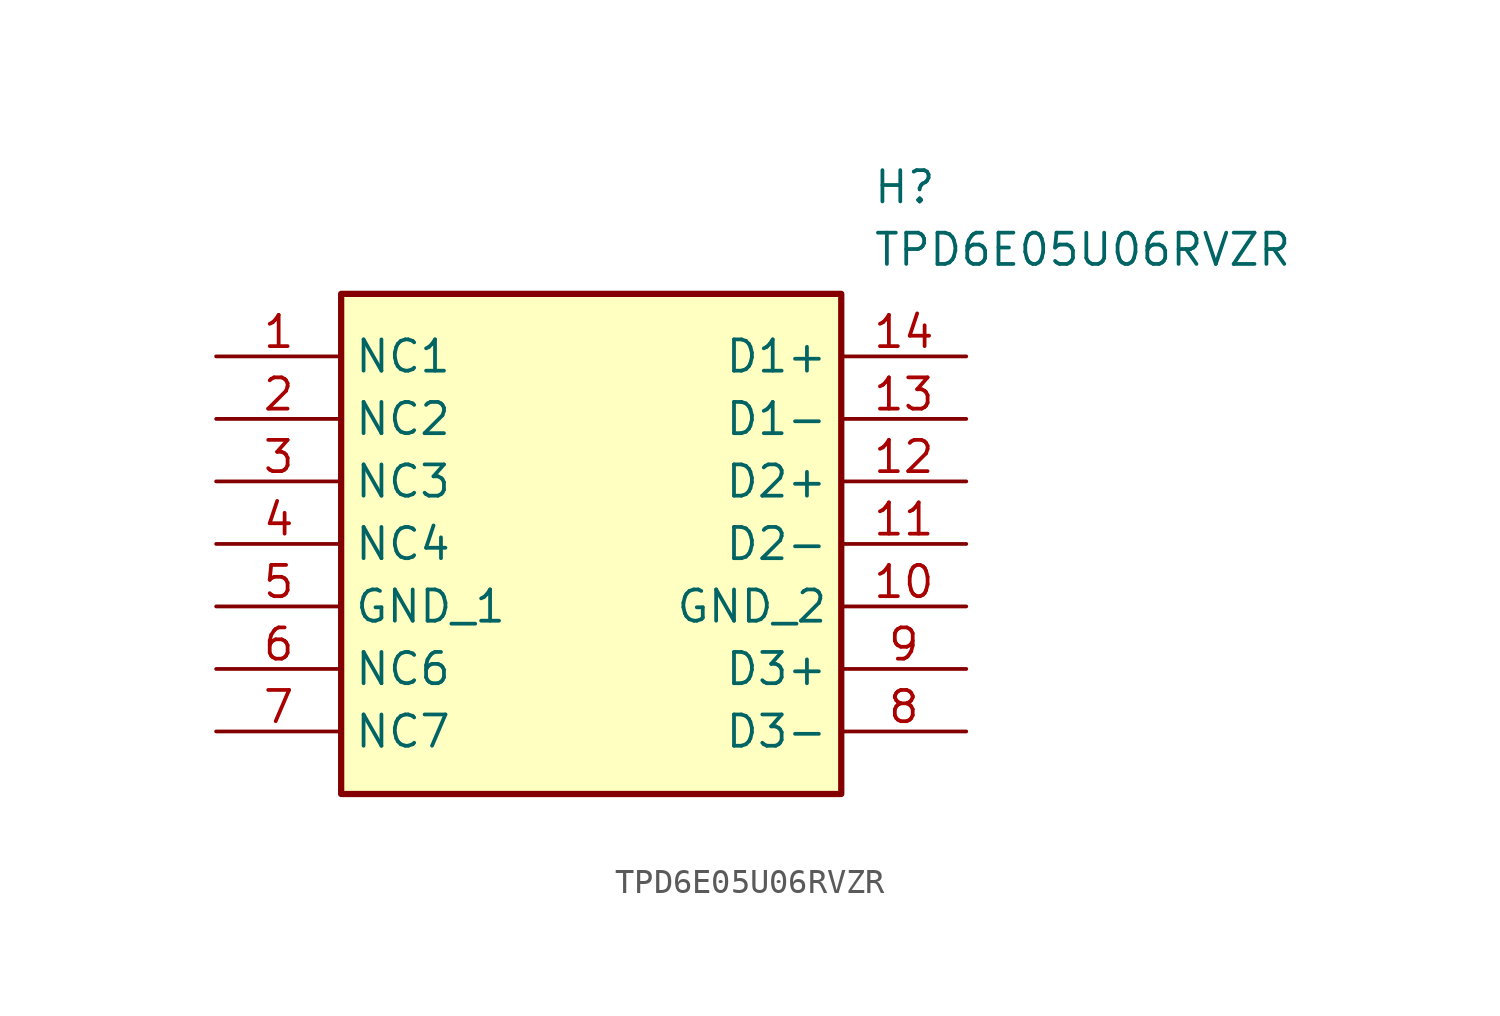
<source format=kicad_sym>
(kicad_symbol_lib
  (version 20211014)
  (generator SamacSys_ECAD_Model)
  (symbol "TPD6E05U06RVZR"
    (property "Reference" "H"
      (at 26.67 7.62 0)
      (effects (font (size 1.27 1.27)) (justify left top)))
    (property "Value" "TPD6E05U06RVZR"
      (at 26.67 5.08 0)
      (effects (font (size 1.27 1.27)) (justify left top)))
    (rectangle
      (start 5.08 2.54)
      (end 25.4 -17.78)
      (stroke (width 0.254) (type default))
      (fill (type background)))
    (pin passive line
      (at 0 0 0)
      (length 5.08)
      (name "NC1" (effects (font (size 1.27 1.27))))
      (number "1" (effects (font (size 1.27 1.27)))))
    (pin passive line
      (at 0 -2.54 0)
      (length 5.08)
      (name "NC2" (effects (font (size 1.27 1.27))))
      (number "2" (effects (font (size 1.27 1.27)))))
    (pin passive line
      (at 0 -5.08 0)
      (length 5.08)
      (name "NC3" (effects (font (size 1.27 1.27))))
      (number "3" (effects (font (size 1.27 1.27)))))
    (pin passive line
      (at 0 -7.62 0)
      (length 5.08)
      (name "NC4" (effects (font (size 1.27 1.27))))
      (number "4" (effects (font (size 1.27 1.27)))))
    (pin power_in line
      (at 0 -10.16 0)
      (length 5.08)
      (name "GND_1" (effects (font (size 1.27 1.27))))
      (number "5" (effects (font (size 1.27 1.27)))))
    (pin passive line
      (at 0 -12.7 0)
      (length 5.08)
      (name "NC6" (effects (font (size 1.27 1.27))))
      (number "6" (effects (font (size 1.27 1.27)))))
    (pin passive line
      (at 0 -15.24 0)
      (length 5.08)
      (name "NC7" (effects (font (size 1.27 1.27))))
      (number "7" (effects (font (size 1.27 1.27)))))
    (pin passive line
      (at 30.48 0 180)
      (length 5.08)
      (name "D1+" (effects (font (size 1.27 1.27))))
      (number "14" (effects (font (size 1.27 1.27)))))
    (pin passive line
      (at 30.48 -2.54 180)
      (length 5.08)
      (name "D1-" (effects (font (size 1.27 1.27))))
      (number "13" (effects (font (size 1.27 1.27)))))
    (pin passive line
      (at 30.48 -5.08 180)
      (length 5.08)
      (name "D2+" (effects (font (size 1.27 1.27))))
      (number "12" (effects (font (size 1.27 1.27)))))
    (pin passive line
      (at 30.48 -7.62 180)
      (length 5.08)
      (name "D2-" (effects (font (size 1.27 1.27))))
      (number "11" (effects (font (size 1.27 1.27)))))
    (pin power_in line
      (at 30.48 -10.16 180)
      (length 5.08)
      (name "GND_2" (effects (font (size 1.27 1.27))))
      (number "10" (effects (font (size 1.27 1.27)))))
    (pin passive line
      (at 30.48 -12.7 180)
      (length 5.08)
      (name "D3+" (effects (font (size 1.27 1.27))))
      (number "9" (effects (font (size 1.27 1.27)))))
    (pin passive line
      (at 30.48 -15.24 180)
      (length 5.08)
      (name "D3-" (effects (font (size 1.27 1.27))))
      (number "8" (effects (font (size 1.27 1.27)))))))
</source>
